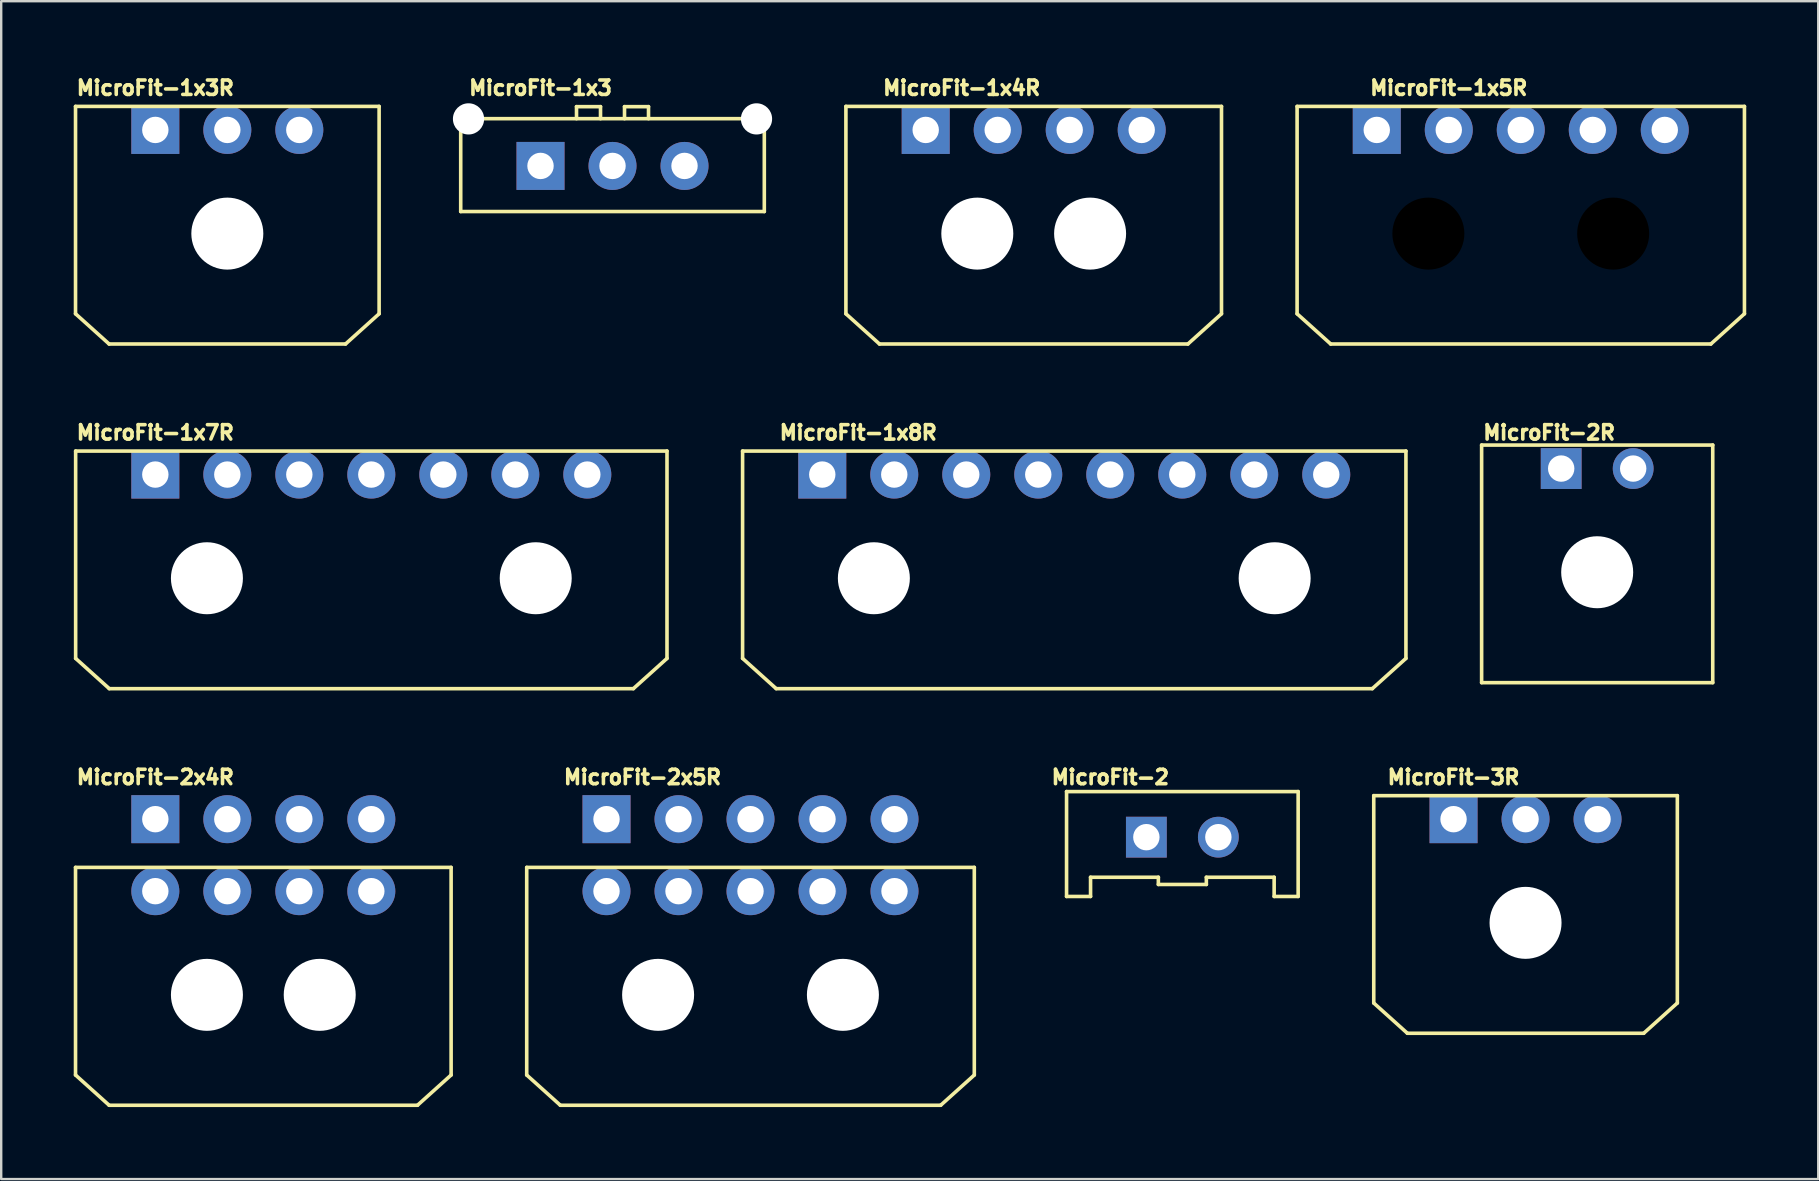
<source format=kicad_pcb>
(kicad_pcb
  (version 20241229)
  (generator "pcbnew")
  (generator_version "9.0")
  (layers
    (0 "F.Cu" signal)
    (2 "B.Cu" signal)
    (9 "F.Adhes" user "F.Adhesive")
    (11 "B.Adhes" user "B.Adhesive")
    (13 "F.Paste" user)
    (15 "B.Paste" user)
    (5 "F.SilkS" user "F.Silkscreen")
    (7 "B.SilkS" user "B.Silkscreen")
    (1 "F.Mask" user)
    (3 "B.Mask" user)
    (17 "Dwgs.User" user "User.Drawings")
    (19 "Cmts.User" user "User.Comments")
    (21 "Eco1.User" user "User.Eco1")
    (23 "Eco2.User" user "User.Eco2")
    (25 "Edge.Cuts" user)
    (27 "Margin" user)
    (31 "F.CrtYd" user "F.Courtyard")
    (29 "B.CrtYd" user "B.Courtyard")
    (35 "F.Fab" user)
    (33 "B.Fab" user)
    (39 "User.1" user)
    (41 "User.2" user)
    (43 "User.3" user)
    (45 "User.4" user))
  (footprint "MicroFit-2x5R"
    (layer "F.Cu")
    (at 28.222 32.583)
    (property "Reference" "MicroFit-2x5R" (at -4.5 -3.25 0) (layer "F.SilkS") (effects (font (size 0.6 0.6) (thickness 0.15))))
    (attr through_hole)
    (fp_line (start -9.325 9.16) (end -9.325 0.51) (stroke (width 0.15) (type solid)) (layer "F.SilkS"))
    (fp_line (start -7.925 10.42) (end -9.325 9.16) (stroke (width 0.15) (type solid)) (layer "F.SilkS"))
    (fp_line (start -7.925 10.42) (end 7.925 10.42) (stroke (width 0.15) (type solid)) (layer "F.SilkS"))
    (fp_line (start 7.925 10.42) (end 9.325 9.16) (stroke (width 0.15) (type solid)) (layer "F.SilkS"))
    (fp_line (start 9.325 0.51) (end -9.325 0.51) (stroke (width 0.15) (type solid)) (layer "F.SilkS"))
    (fp_line (start 9.325 9.16) (end 9.325 0.51) (stroke (width 0.15) (type solid)) (layer "F.SilkS"))
    (pad "" np_thru_hole circle (at -3.85 5.82) (size 3 3) (drill 3) (layers "*.Cu" "*.Mask"))
    (pad "" np_thru_hole circle (at 3.85 5.82) (size 3 3) (drill 3) (layers "*.Cu" "*.Mask"))
    (pad "1" thru_hole rect (at -6 -1.5) (size 2 2) (drill 1.1) (layers "*.Cu" "*.Mask"))
    (pad "2" thru_hole circle (at -6 1.5) (size 2 2) (drill 1.1) (layers "*.Cu" "*.Mask"))
    (pad "3" thru_hole circle (at -3 -1.5) (size 2 2) (drill 1.1) (layers "*.Cu" "*.Mask"))
    (pad "4" thru_hole circle (at -3 1.5) (size 2 2) (drill 1.1) (layers "*.Cu" "*.Mask"))
    (pad "5" thru_hole circle (at 0 -1.5) (size 2 2) (drill 1.1) (layers "*.Cu" "*.Mask"))
    (pad "6" thru_hole circle (at 0 1.5) (size 2 2) (drill 1.1) (layers "*.Cu" "*.Mask"))
    (pad "7" thru_hole circle (at 3 -1.5) (size 2 2) (drill 1.1) (layers "*.Cu" "*.Mask"))
    (pad "8" thru_hole circle (at 3 1.5) (size 2 2) (drill 1.1) (layers "*.Cu" "*.Mask"))
    (pad "9" thru_hole circle (at 6 -1.5) (size 2 2) (drill 1.1) (layers "*.Cu" "*.Mask"))
    (pad "10" thru_hole circle (at 6 1.5) (size 2 2) (drill 1.1) (layers "*.Cu" "*.Mask")))
  (footprint "MicroFit-2R"
    (layer "F.Cu")
    (at 63.501 16.474)
    (property "Reference" "MicroFit-2R" (at -2 -1.5 0) (layer "F.SilkS") (effects (font (size 0.6 0.6) (thickness 0.15))))
    (attr through_hole)
    (fp_line (start -4.815 8.92) (end -4.815 -0.98) (stroke (width 0.15) (type solid)) (layer "F.SilkS"))
    (fp_line (start -4.815 8.92) (end 4.815 8.92) (stroke (width 0.15) (type solid)) (layer "F.SilkS"))
    (fp_line (start 4.815 -0.98) (end -4.815 -0.98) (stroke (width 0.15) (type solid)) (layer "F.SilkS"))
    (fp_line (start 4.815 8.92) (end 4.815 -0.98) (stroke (width 0.15) (type solid)) (layer "F.SilkS"))
    (pad "" np_thru_hole circle (at 0 4.32) (size 3 3) (drill 3) (layers "*.Cu" "*.Mask"))
    (pad "1" thru_hole rect (at -1.5 0) (size 1.7 1.7) (drill 1.1) (layers "*.Cu" "*.Mask"))
    (pad "2" thru_hole circle (at 1.5 0) (size 1.7 1.7) (drill 1.1) (layers "*.Cu" "*.Mask")))
  (footprint "MicroFit-1x3R"
    (layer "F.Cu")
    (at 6.422 2.364)
    (property "Reference" "MicroFit-1x3R" (at -3 -1.75 0) (layer "F.SilkS") (effects (font (size 0.6 0.6) (thickness 0.15))))
    (attr through_hole)
    (fp_line (start -6.325 7.66) (end -6.325 -0.98) (stroke (width 0.15) (type solid)) (layer "F.SilkS"))
    (fp_line (start -4.925 8.92) (end -6.325 7.66) (stroke (width 0.15) (type solid)) (layer "F.SilkS"))
    (fp_line (start -4.925 8.92) (end 4.925 8.92) (stroke (width 0.15) (type solid)) (layer "F.SilkS"))
    (fp_line (start 4.925 8.92) (end 6.325 7.66) (stroke (width 0.15) (type solid)) (layer "F.SilkS"))
    (fp_line (start 6.325 -0.98) (end -6.325 -0.98) (stroke (width 0.15) (type solid)) (layer "F.SilkS"))
    (fp_line (start 6.325 7.66) (end 6.325 -0.98) (stroke (width 0.15) (type solid)) (layer "F.SilkS"))
    (pad "" np_thru_hole circle (at 0 4.32) (size 3 3) (drill 3) (layers "*.Cu" "*.Mask"))
    (pad "1" thru_hole rect (at -3 0) (size 2 2) (drill 1.1) (layers "*.Cu" "*.Mask"))
    (pad "2" thru_hole circle (at 0 0) (size 2 2) (drill 1.1) (layers "*.Cu" "*.Mask"))
    (pad "3" thru_hole circle (at 3 0) (size 2 2) (drill 1.1) (layers "*.Cu" "*.Mask")))
  (footprint "MicroFit-1x7R"
    (layer "F.Cu")
    (at 12.422 16.724)
    (property "Reference" "MicroFit-1x7R" (at -9 -1.75 0) (layer "F.SilkS") (effects (font (size 0.6 0.6) (thickness 0.15))))
    (attr through_hole)
    (fp_line (start -12.32 7.66) (end -12.32 -0.98) (stroke (width 0.15) (type solid)) (layer "F.SilkS"))
    (fp_line (start -10.92 8.92) (end -12.32 7.66) (stroke (width 0.15) (type solid)) (layer "F.SilkS"))
    (fp_line (start -10.92 8.92) (end 10.92 8.92) (stroke (width 0.15) (type solid)) (layer "F.SilkS"))
    (fp_line (start 10.92 8.92) (end 12.32 7.66) (stroke (width 0.15) (type solid)) (layer "F.SilkS"))
    (fp_line (start 12.32 -0.98) (end -12.32 -0.98) (stroke (width 0.15) (type solid)) (layer "F.SilkS"))
    (fp_line (start 12.32 7.66) (end 12.32 -0.98) (stroke (width 0.15) (type solid)) (layer "F.SilkS"))
    (pad "" np_thru_hole circle (at -6.85 4.32) (size 3 3) (drill 3) (layers "*.Cu" "*.Mask"))
    (pad "" np_thru_hole circle (at 6.85 4.32) (size 3 3) (drill 3) (layers "*.Cu" "*.Mask"))
    (pad "1" thru_hole rect (at -9 0) (size 2 2) (drill 1.1) (layers "*.Cu" "*.Mask"))
    (pad "2" thru_hole circle (at -6 0) (size 2 2) (drill 1.1) (layers "*.Cu" "*.Mask"))
    (pad "3" thru_hole circle (at -3 0) (size 2 2) (drill 1.1) (layers "*.Cu" "*.Mask"))
    (pad "4" thru_hole circle (at 0 0) (size 2 2) (drill 1.1) (layers "*.Cu" "*.Mask"))
    (pad "5" thru_hole circle (at 3 0) (size 2 2) (drill 1.1) (layers "*.Cu" "*.Mask"))
    (pad "6" thru_hole circle (at 6 0) (size 2 2) (drill 1.1) (layers "*.Cu" "*.Mask"))
    (pad "7" thru_hole circle (at 9 0) (size 2 2) (drill 1.1) (layers "*.Cu" "*.Mask")))
  (footprint "MicroFit-1x5R"
    (layer "F.Cu")
    (at 60.317 2.364)
    (property "Reference" "MicroFit-1x5R" (at -3 -1.75 0) (layer "F.SilkS") (effects (font (size 0.6 0.6) (thickness 0.15))))
    (attr through_hole)
    (fp_line (start -9.32 7.66) (end -9.32 -0.98) (stroke (width 0.15) (type solid)) (layer "F.SilkS"))
    (fp_line (start -7.92 8.92) (end -9.32 7.66) (stroke (width 0.15) (type solid)) (layer "F.SilkS"))
    (fp_line (start -7.92 8.92) (end 7.92 8.92) (stroke (width 0.15) (type solid)) (layer "F.SilkS"))
    (fp_line (start 7.92 8.92) (end 9.32 7.66) (stroke (width 0.15) (type solid)) (layer "F.SilkS"))
    (fp_line (start 9.32 -0.98) (end -9.32 -0.98) (stroke (width 0.15) (type solid)) (layer "F.SilkS"))
    (fp_line (start 9.32 7.66) (end 9.32 -0.98) (stroke (width 0.15) (type solid)) (layer "F.SilkS"))
    (pad "" np_thru_hole circle (at -3.85 4.32) (size 3.4 3.4) (drill 3) (layers "*.Mask"))
    (pad "" np_thru_hole circle (at 3.85 4.32) (size 3.4 3.4) (drill 3) (layers "*.Mask"))
    (pad "1" thru_hole rect (at -6 0) (size 2 2) (drill 1.1) (layers "*.Cu" "*.Mask"))
    (pad "2" thru_hole circle (at -3 0) (size 2 2) (drill 1.1) (layers "*.Cu" "*.Mask"))
    (pad "3" thru_hole circle (at 0 0) (size 2 2) (drill 1.1) (layers "*.Cu" "*.Mask"))
    (pad "4" thru_hole circle (at 3 0) (size 2 2) (drill 1.1) (layers "*.Cu" "*.Mask"))
    (pad "5" thru_hole circle (at 6 0) (size 2 2) (drill 1.1) (layers "*.Cu" "*.Mask")))
  (footprint "MicroFit-3R"
    (layer "F.Cu")
    (at 60.516 31.083)
    (property "Reference" "MicroFit-3R" (at -3 -1.75 0) (layer "F.SilkS") (effects (font (size 0.6 0.6) (thickness 0.15))))
    (attr through_hole)
    (fp_line (start -6.325 7.66) (end -6.325 -0.98) (stroke (width 0.15) (type solid)) (layer "F.SilkS"))
    (fp_line (start -4.925 8.92) (end -6.325 7.66) (stroke (width 0.15) (type solid)) (layer "F.SilkS"))
    (fp_line (start -4.925 8.92) (end 4.925 8.92) (stroke (width 0.15) (type solid)) (layer "F.SilkS"))
    (fp_line (start 4.925 8.92) (end 6.325 7.66) (stroke (width 0.15) (type solid)) (layer "F.SilkS"))
    (fp_line (start 6.325 -0.98) (end -6.325 -0.98) (stroke (width 0.15) (type solid)) (layer "F.SilkS"))
    (fp_line (start 6.325 7.66) (end 6.325 -0.98) (stroke (width 0.15) (type solid)) (layer "F.SilkS"))
    (pad "" np_thru_hole circle (at 0 4.32) (size 3 3) (drill 3) (layers "*.Cu" "*.Mask"))
    (pad "1" thru_hole rect (at -3 0) (size 2 2) (drill 1.1) (layers "*.Cu" "*.Mask"))
    (pad "2" thru_hole circle (at 0 0) (size 2 2) (drill 1.1) (layers "*.Cu" "*.Mask"))
    (pad "3" thru_hole circle (at 3 0) (size 2 2) (drill 1.1) (layers "*.Cu" "*.Mask")))
  (footprint "MicroFit-1x8R"
    (layer "F.Cu")
    (at 41.712 16.724)
    (property "Reference" "MicroFit-1x8R" (at -9 -1.75 0) (layer "F.SilkS") (effects (font (size 0.6 0.6) (thickness 0.15))))
    (attr through_hole)
    (fp_line (start -13.82 7.66) (end -13.82 -0.98) (stroke (width 0.15) (type solid)) (layer "F.SilkS"))
    (fp_line (start -12.42 8.92) (end -13.82 7.66) (stroke (width 0.15) (type solid)) (layer "F.SilkS"))
    (fp_line (start -12.42 8.92) (end 12.42 8.92) (stroke (width 0.15) (type solid)) (layer "F.SilkS"))
    (fp_line (start 12.42 8.92) (end 13.82 7.66) (stroke (width 0.15) (type solid)) (layer "F.SilkS"))
    (fp_line (start 13.82 -0.98) (end -13.82 -0.98) (stroke (width 0.15) (type solid)) (layer "F.SilkS"))
    (fp_line (start 13.82 7.66) (end 13.82 -0.98) (stroke (width 0.15) (type solid)) (layer "F.SilkS"))
    (pad "" np_thru_hole circle (at -8.35 4.32) (size 3 3) (drill 3) (layers "*.Cu" "*.Mask"))
    (pad "" np_thru_hole circle (at 8.35 4.32) (size 3 3) (drill 3) (layers "*.Cu" "*.Mask"))
    (pad "1" thru_hole rect (at -10.5 0) (size 2 2) (drill 1.1) (layers "*.Cu" "*.Mask"))
    (pad "2" thru_hole circle (at -7.5 0) (size 2 2) (drill 1.1) (layers "*.Cu" "*.Mask"))
    (pad "3" thru_hole circle (at -4.5 0) (size 2 2) (drill 1.1) (layers "*.Cu" "*.Mask"))
    (pad "4" thru_hole circle (at -1.5 0) (size 2 2) (drill 1.1) (layers "*.Cu" "*.Mask"))
    (pad "5" thru_hole circle (at 1.5 0) (size 2 2) (drill 1.1) (layers "*.Cu" "*.Mask"))
    (pad "6" thru_hole circle (at 4.5 0) (size 2 2) (drill 1.1) (layers "*.Cu" "*.Mask"))
    (pad "7" thru_hole circle (at 7.5 0) (size 2 2) (drill 1.1) (layers "*.Cu" "*.Mask"))
    (pad "8" thru_hole circle (at 10.5 0) (size 2 2) (drill 1.1) (layers "*.Cu" "*.Mask")))
  (footprint "MicroFit-2x4R"
    (layer "F.Cu")
    (at 7.922 32.583)
    (property "Reference" "MicroFit-2x4R" (at -4.5 -3.25 0) (layer "F.SilkS") (effects (font (size 0.6 0.6) (thickness 0.15))))
    (attr through_hole)
    (fp_line (start -7.825 9.16) (end -7.825 0.51) (stroke (width 0.15) (type solid)) (layer "F.SilkS"))
    (fp_line (start -6.425 10.42) (end -7.825 9.16) (stroke (width 0.15) (type solid)) (layer "F.SilkS"))
    (fp_line (start -6.425 10.42) (end 6.425 10.42) (stroke (width 0.15) (type solid)) (layer "F.SilkS"))
    (fp_line (start 6.425 10.42) (end 7.825 9.16) (stroke (width 0.15) (type solid)) (layer "F.SilkS"))
    (fp_line (start 7.825 0.51) (end -7.825 0.51) (stroke (width 0.15) (type solid)) (layer "F.SilkS"))
    (fp_line (start 7.825 9.16) (end 7.825 0.51) (stroke (width 0.15) (type solid)) (layer "F.SilkS"))
    (pad "" np_thru_hole circle (at -2.35 5.82) (size 3 3) (drill 3) (layers "*.Cu" "*.Mask"))
    (pad "" np_thru_hole circle (at 2.35 5.82) (size 3 3) (drill 3) (layers "*.Cu" "*.Mask"))
    (pad "1" thru_hole rect (at -4.5 -1.5) (size 2 2) (drill 1.1) (layers "*.Cu" "*.Mask"))
    (pad "2" thru_hole circle (at -4.5 1.5) (size 2 2) (drill 1.1) (layers "*.Cu" "*.Mask"))
    (pad "3" thru_hole circle (at -1.5 -1.5) (size 2 2) (drill 1.1) (layers "*.Cu" "*.Mask"))
    (pad "4" thru_hole circle (at -1.5 1.5) (size 2 2) (drill 1.1) (layers "*.Cu" "*.Mask"))
    (pad "5" thru_hole circle (at 1.5 -1.5) (size 2 2) (drill 1.1) (layers "*.Cu" "*.Mask"))
    (pad "6" thru_hole circle (at 1.5 1.5) (size 2 2) (drill 1.1) (layers "*.Cu" "*.Mask"))
    (pad "7" thru_hole circle (at 4.5 -1.5) (size 2 2) (drill 1.1) (layers "*.Cu" "*.Mask"))
    (pad "8" thru_hole circle (at 4.5 1.5) (size 2 2) (drill 1.1) (layers "*.Cu" "*.Mask")))
  (footprint "MicroFit-2"
    (layer "F.Cu")
    (at 46.216 31.833)
    (property "Reference" "MicroFit-2" (at -3 -2.5 0) (layer "F.SilkS") (effects (font (size 0.6 0.6) (thickness 0.15))))
    (attr through_hole)
    (fp_line (start -4.825 2.47) (end -4.825 -1.9) (stroke (width 0.15) (type solid)) (layer "F.SilkS"))
    (fp_line (start -3.825 1.67) (end -3.825 2.47) (stroke (width 0.15) (type solid)) (layer "F.SilkS"))
    (fp_line (start -3.825 2.47) (end -4.825 2.47) (stroke (width 0.15) (type solid)) (layer "F.SilkS"))
    (fp_line (start -1 1.67) (end -3.825 1.67) (stroke (width 0.15) (type solid)) (layer "F.SilkS"))
    (fp_line (start -1 1.97) (end -1 1.67) (stroke (width 0.15) (type solid)) (layer "F.SilkS"))
    (fp_line (start -1 1.97) (end 1 1.97) (stroke (width 0.15) (type solid)) (layer "F.SilkS"))
    (fp_line (start 1 1.67) (end 3.825 1.67) (stroke (width 0.15) (type solid)) (layer "F.SilkS"))
    (fp_line (start 1 1.97) (end 1 1.67) (stroke (width 0.15) (type solid)) (layer "F.SilkS"))
    (fp_line (start 3.825 1.67) (end 3.825 2.47) (stroke (width 0.15) (type solid)) (layer "F.SilkS"))
    (fp_line (start 3.825 2.47) (end 4.825 2.47) (stroke (width 0.15) (type solid)) (layer "F.SilkS"))
    (fp_line (start 4.825 -1.9) (end -4.825 -1.9) (stroke (width 0.15) (type solid)) (layer "F.SilkS"))
    (fp_line (start 4.825 2.47) (end 4.825 -1.9) (stroke (width 0.15) (type solid)) (layer "F.SilkS"))
    (pad "1" thru_hole rect (at -1.5 0) (size 1.7 1.7) (drill 1.1) (layers "*.Cu" "*.Mask"))
    (pad "2" thru_hole circle (at 1.5 0) (size 1.7 1.7) (drill 1.1) (layers "*.Cu" "*.Mask")))
  (footprint "MicroFit-1x3"
    (layer "F.Cu")
    (at 22.472 3.864)
    (property "Reference" "MicroFit-1x3" (at -3 -3.25 180) (layer "F.SilkS") (effects (font (size 0.6 0.6) (thickness 0.15))))
    (attr through_hole)
    (fp_line (start -6.325 -1.97) (end -6.325 1.9) (stroke (width 0.15) (type solid)) (layer "F.SilkS"))
    (fp_line (start -6.325 1.9) (end 6.325 1.9) (stroke (width 0.15) (type solid)) (layer "F.SilkS"))
    (fp_line (start -1.5 -2.47) (end -1.5 -1.97) (stroke (width 0.15) (type solid)) (layer "F.SilkS"))
    (fp_line (start -1.5 -2.47) (end -0.5 -2.47) (stroke (width 0.15) (type solid)) (layer "F.SilkS"))
    (fp_line (start -0.5 -2.47) (end -0.5 -1.97) (stroke (width 0.15) (type solid)) (layer "F.SilkS"))
    (fp_line (start 0.5 -2.47) (end 0.5 -1.97) (stroke (width 0.15) (type solid)) (layer "F.SilkS"))
    (fp_line (start 0.5 -2.47) (end 1.5 -2.47) (stroke (width 0.15) (type solid)) (layer "F.SilkS"))
    (fp_line (start 1.5 -2.47) (end 1.5 -1.97) (stroke (width 0.15) (type solid)) (layer "F.SilkS"))
    (fp_line (start 6.325 -1.97) (end -6.325 -1.97) (stroke (width 0.15) (type solid)) (layer "F.SilkS"))
    (fp_line (start 6.325 -1.97) (end 6.325 1.9) (stroke (width 0.15) (type solid)) (layer "F.SilkS"))
    (pad "" np_thru_hole circle (at -6 -1.96 180) (size 1.3 1.3) (drill 1.3) (layers "*.Cu" "*.Mask"))
    (pad "" np_thru_hole circle (at 6 -1.96 180) (size 1.3 1.3) (drill 1.3) (layers "*.Cu" "*.Mask"))
    (pad "1" thru_hole rect (at -3 0) (size 2 2) (drill 1.1) (layers "*.Cu" "*.Mask"))
    (pad "2" thru_hole circle (at 0 0) (size 2 2) (drill 1.1) (layers "*.Cu" "*.Mask"))
    (pad "3" thru_hole circle (at 3 0) (size 2 2) (drill 1.1) (layers "*.Cu" "*.Mask")))
  (footprint "MicroFit-1x4R"
    (layer "F.Cu")
    (at 40.022 2.364)
    (property "Reference" "MicroFit-1x4R" (at -3 -1.75 0) (layer "F.SilkS") (effects (font (size 0.6 0.6) (thickness 0.15))))
    (attr through_hole)
    (fp_line (start -7.825 7.66) (end -7.825 -0.98) (stroke (width 0.15) (type solid)) (layer "F.SilkS"))
    (fp_line (start -6.425 8.92) (end -7.825 7.66) (stroke (width 0.15) (type solid)) (layer "F.SilkS"))
    (fp_line (start -6.425 8.92) (end 6.425 8.92) (stroke (width 0.15) (type solid)) (layer "F.SilkS"))
    (fp_line (start 6.425 8.92) (end 7.825 7.66) (stroke (width 0.15) (type solid)) (layer "F.SilkS"))
    (fp_line (start 7.825 -0.98) (end -7.825 -0.98) (stroke (width 0.15) (type solid)) (layer "F.SilkS"))
    (fp_line (start 7.825 7.66) (end 7.825 -0.98) (stroke (width 0.15) (type solid)) (layer "F.SilkS"))
    (pad "" np_thru_hole circle (at -2.35 4.32) (size 3 3) (drill 3) (layers "*.Cu" "*.Mask"))
    (pad "" np_thru_hole circle (at 2.35 4.32) (size 3 3) (drill 3) (layers "*.Cu" "*.Mask"))
    (pad "1" thru_hole rect (at -4.5 0) (size 2 2) (drill 1.1) (layers "*.Cu" "*.Mask"))
    (pad "2" thru_hole circle (at -1.5 0) (size 2 2) (drill 1.1) (layers "*.Cu" "*.Mask"))
    (pad "3" thru_hole circle (at 1.5 0) (size 2 2) (drill 1.1) (layers "*.Cu" "*.Mask"))
    (pad "4" thru_hole circle (at 4.5 0) (size 2 2) (drill 1.1) (layers "*.Cu" "*.Mask")))
  (gr_rect
    (start -3 -3)
    (end 72.712 46.078)
    (stroke (width 0.1) (type default))
    (fill no)
    (layer "Edge.Cuts")))
</source>
